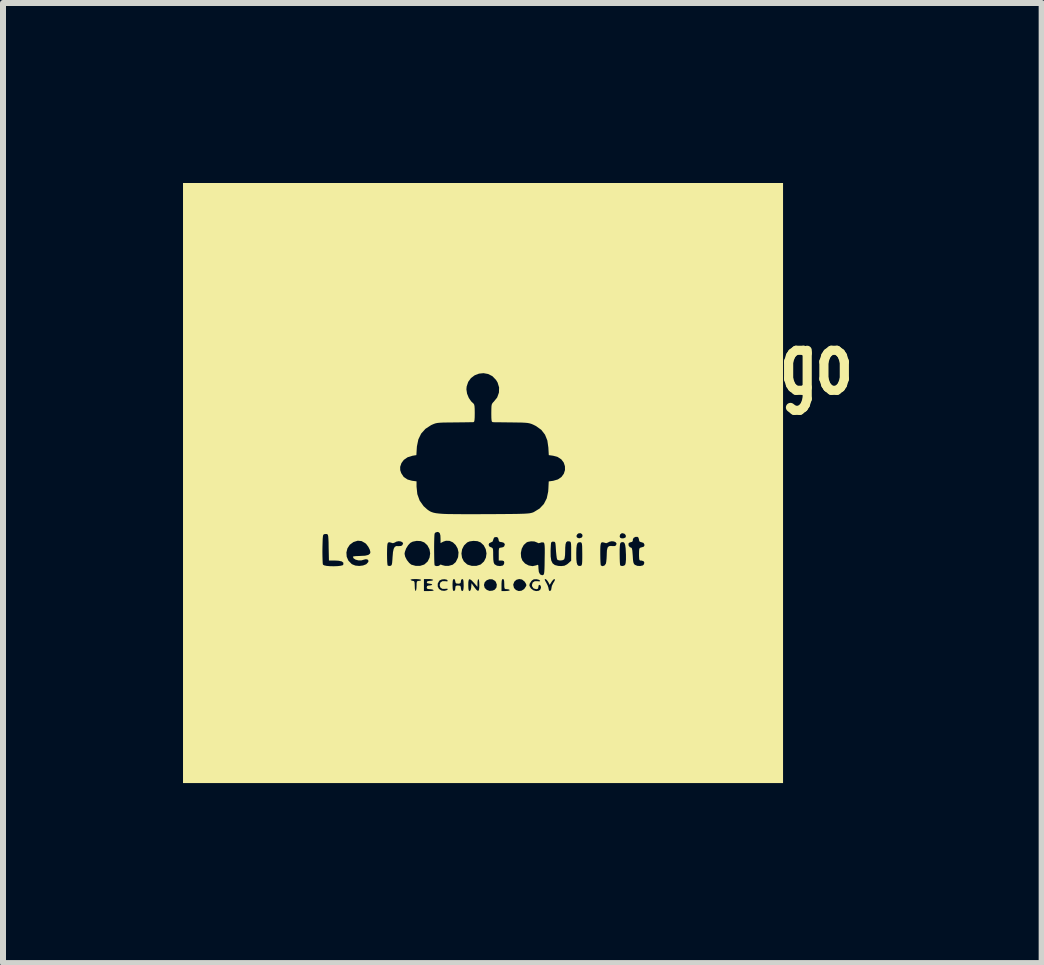
<source format=kicad_pcb>
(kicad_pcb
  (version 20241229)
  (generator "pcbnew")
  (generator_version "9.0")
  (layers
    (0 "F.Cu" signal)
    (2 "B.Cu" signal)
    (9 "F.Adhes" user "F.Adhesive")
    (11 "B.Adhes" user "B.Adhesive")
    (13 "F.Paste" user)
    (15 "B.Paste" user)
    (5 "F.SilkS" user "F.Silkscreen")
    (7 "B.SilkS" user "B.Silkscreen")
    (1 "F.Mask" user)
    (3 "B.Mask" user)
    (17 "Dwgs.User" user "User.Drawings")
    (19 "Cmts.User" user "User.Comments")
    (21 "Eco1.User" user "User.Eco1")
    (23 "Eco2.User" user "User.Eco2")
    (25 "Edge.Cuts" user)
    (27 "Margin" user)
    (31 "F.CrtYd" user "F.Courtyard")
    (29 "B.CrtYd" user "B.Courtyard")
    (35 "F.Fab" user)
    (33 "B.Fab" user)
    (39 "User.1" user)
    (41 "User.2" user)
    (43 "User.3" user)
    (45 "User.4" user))
  (footprint "Logo"
    (layer "F.Cu")
    (at 10 3)
    (property "Reference" "Logo" (at 0 0 0) (unlocked yes) (layer "F.SilkS") (effects (font (size 1 0.65) (thickness 0.153))))
    (fp_poly (pts (xy 0 2) (xy 0 7) (xy -5 7) (xy -10 7) (xy -10 3.615) (xy -6.208 3.615) (xy -6.186 3.628) (xy -6.168 3.631) (xy -6.151 3.635) (xy -6.142 3.651) (xy -6.139 3.688) (xy -6.138 3.715) (xy -6.136 3.762) (xy -6.129 3.792) (xy -6.123 3.8) (xy -6.115 3.786) (xy -6.109 3.75) (xy -6.108 3.715) (xy -6.107 3.7) (xy -5.985 3.7) (xy -5.985 3.8) (xy -5.899 3.8) (xy -5.849 3.798) (xy -5.824 3.791) (xy -5.823 3.785) (xy -5.844 3.774) (xy -5.881 3.769) (xy -5.886 3.769) (xy -5.922 3.766) (xy -5.937 3.752) (xy -5.938 3.738) (xy -5.934 3.724) (xy -5.755 3.724) (xy -5.734 3.765) (xy -5.694 3.791) (xy -5.648 3.797) (xy -5.611 3.789) (xy -5.589 3.775) (xy -5.588 3.773) (xy -5.593 3.761) (xy -5.622 3.762) (xy -5.629 3.764) (xy -5.68 3.763) (xy -5.712 3.74) (xy -5.723 3.7) (xy -5.508 3.7) (xy -5.506 3.756) (xy -5.501 3.787) (xy -5.49 3.799) (xy -5.485 3.8) (xy -5.466 3.786) (xy -5.462 3.754) (xy -5.458 3.721) (xy -5.44 3.709) (xy -5.415 3.708) (xy -5.383 3.712) (xy -5.371 3.729) (xy -5.369 3.754) (xy -5.362 3.79) (xy -5.346 3.8) (xy -5.333 3.793) (xy -5.326 3.769) (xy -5.323 3.723) (xy -5.323 3.7) (xy -5.246 3.7) (xy -5.244 3.757) (xy -5.239 3.788) (xy -5.228 3.8) (xy -5.224 3.8) (xy -5.207 3.786) (xy -5.198 3.745) (xy -5.197 3.735) (xy -5.192 3.669) (xy -5.146 3.734) (xy -5.11 3.78) (xy -5.085 3.798) (xy -5.07 3.787) (xy -5.063 3.747) (xy -5.062 3.7) (xy -4.985 3.7) (xy -4.972 3.748) (xy -4.937 3.781) (xy -4.891 3.798) (xy -4.839 3.793) (xy -4.803 3.776) (xy -4.776 3.74) (xy -4.771 3.7) (xy -4.692 3.7) (xy -4.692 3.8) (xy -4.623 3.8) (xy -4.582 3.797) (xy -4.557 3.789) (xy -4.554 3.785) (xy -4.567 3.774) (xy -4.599 3.769) (xy -4.6 3.769) (xy -4.626 3.768) (xy -4.64 3.758) (xy -4.645 3.734) (xy -4.646 3.7) (xy -4.496 3.7) (xy -4.484 3.749) (xy -4.451 3.783) (xy -4.407 3.8) (xy -4.359 3.795) (xy -4.316 3.768) (xy -4.309 3.759) (xy -4.287 3.726) (xy -4.281 3.713) (xy -4.227 3.713) (xy -4.206 3.75) (xy -4.199 3.759) (xy -4.161 3.788) (xy -4.115 3.801) (xy -4.071 3.795) (xy -4.047 3.778) (xy -4.034 3.745) (xy -4.039 3.713) (xy -4.058 3.696) (xy -4.073 3.704) (xy -4.077 3.729) (xy -4.083 3.76) (xy -4.106 3.769) (xy -4.112 3.769) (xy -4.157 3.757) (xy -4.181 3.723) (xy -4.185 3.699) (xy -4.172 3.658) (xy -4.138 3.636) (xy -4.091 3.636) (xy -4.058 3.64) (xy -4.049 3.63) (xy -4.05 3.627) (xy -4.068 3.613) (xy -4.095 3.606) (xy -3.973 3.606) (xy -3.966 3.627) (xy -3.946 3.661) (xy -3.923 3.707) (xy -3.909 3.749) (xy -3.908 3.761) (xy -3.9 3.792) (xy -3.885 3.8) (xy -3.866 3.786) (xy -3.861 3.758) (xy -3.853 3.715) (xy -3.832 3.671) (xy -3.831 3.669) (xy -3.806 3.628) (xy -3.802 3.606) (xy -3.814 3.6) (xy -3.83 3.612) (xy -3.854 3.641) (xy -3.858 3.648) (xy -3.889 3.697) (xy -3.914 3.648) (xy -3.937 3.616) (xy -3.959 3.6) (xy -3.962 3.6) (xy -3.973 3.606) (xy -4.095 3.606) (xy -4.104 3.604) (xy -4.111 3.603) (xy -4.155 3.605) (xy -4.186 3.625) (xy -4.198 3.64) (xy -4.224 3.68) (xy -4.227 3.713) (xy -4.281 3.713) (xy -4.277 3.701) (xy -4.277 3.7) (xy -4.286 3.676) (xy -4.307 3.642) (xy -4.309 3.641) (xy -4.35 3.608) (xy -4.397 3.6) (xy -4.443 3.612) (xy -4.478 3.643) (xy -4.496 3.689) (xy -4.496 3.7) (xy -4.646 3.7) (xy -4.646 3.686) (xy -4.646 3.685) (xy -4.648 3.634) (xy -4.655 3.607) (xy -4.669 3.6) (xy -4.682 3.607) (xy -4.689 3.631) (xy -4.692 3.677) (xy -4.692 3.7) (xy -4.771 3.7) (xy -4.77 3.693) (xy -4.787 3.647) (xy -4.8 3.631) (xy -4.844 3.605) (xy -4.892 3.603) (xy -4.938 3.62) (xy -4.972 3.653) (xy -4.985 3.7) (xy -5.062 3.7) (xy -5.064 3.648) (xy -5.069 3.612) (xy -5.077 3.6) (xy -5.086 3.614) (xy -5.092 3.648) (xy -5.093 3.665) (xy -5.093 3.731) (xy -5.15 3.665) (xy -5.193 3.62) (xy -5.221 3.602) (xy -5.237 3.612) (xy -5.245 3.65) (xy -5.246 3.7) (xy -5.323 3.7) (xy -5.325 3.644) (xy -5.33 3.613) (xy -5.341 3.601) (xy -5.346 3.6) (xy -5.365 3.613) (xy -5.369 3.638) (xy -5.374 3.666) (xy -5.395 3.676) (xy -5.415 3.677) (xy -5.448 3.673) (xy -5.46 3.655) (xy -5.462 3.638) (xy -5.47 3.608) (xy -5.485 3.6) (xy -5.498 3.607) (xy -5.505 3.631) (xy -5.508 3.677) (xy -5.508 3.7) (xy -5.723 3.7) (xy -5.711 3.658) (xy -5.677 3.636) (xy -5.629 3.636) (xy -5.596 3.64) (xy -5.588 3.63) (xy -5.588 3.627) (xy -5.608 3.609) (xy -5.645 3.603) (xy -5.687 3.607) (xy -5.722 3.623) (xy -5.73 3.63) (xy -5.755 3.676) (xy -5.755 3.724) (xy -5.934 3.724) (xy -5.931 3.716) (xy -5.904 3.708) (xy -5.892 3.708) (xy -5.86 3.703) (xy -5.846 3.692) (xy -5.846 3.692) (xy -5.86 3.682) (xy -5.892 3.677) (xy -5.892 3.677) (xy -5.929 3.67) (xy -5.938 3.654) (xy -5.927 3.637) (xy -5.89 3.631) (xy -5.885 3.631) (xy -5.849 3.627) (xy -5.831 3.617) (xy -5.831 3.615) (xy -5.845 3.607) (xy -5.88 3.601) (xy -5.908 3.6) (xy -5.985 3.6) (xy -5.985 3.7) (xy -6.107 3.7) (xy -6.107 3.667) (xy -6.101 3.642) (xy -6.088 3.632) (xy -6.069 3.631) (xy -6.04 3.626) (xy -6.031 3.615) (xy -6.045 3.607) (xy -6.082 3.602) (xy -6.124 3.6) (xy -6.177 3.602) (xy -6.205 3.609) (xy -6.208 3.615) (xy -10 3.615) (xy -10 3.147) (xy -7.677 3.147) (xy -7.676 3.222) (xy -7.674 3.287) (xy -7.672 3.335) (xy -7.668 3.36) (xy -7.648 3.372) (xy -7.607 3.381) (xy -7.55 3.386) (xy -7.487 3.387) (xy -7.426 3.385) (xy -7.373 3.379) (xy -7.338 3.37) (xy -7.329 3.361) (xy -7.327 3.329) (xy -7.353 3.307) (xy -7.406 3.295) (xy -7.463 3.292) (xy -7.568 3.292) (xy -7.571 3.157) (xy -7.277 3.157) (xy -7.272 3.228) (xy -7.244 3.293) (xy -7.192 3.347) (xy -7.18 3.355) (xy -7.127 3.376) (xy -7.062 3.382) (xy -6.999 3.374) (xy -6.948 3.354) (xy -6.939 3.346) (xy -6.915 3.319) (xy -6.908 3.299) (xy -6.92 3.277) (xy -6.95 3.269) (xy -6.985 3.277) (xy -7.029 3.29) (xy -7.079 3.289) (xy -7.126 3.276) (xy -7.158 3.254) (xy -7.169 3.228) (xy -7.155 3.222) (xy -7.117 3.218) (xy -7.064 3.216) (xy -7.047 3.215) (xy -6.965 3.211) (xy -6.911 3.198) (xy -6.891 3.182) (xy -6.6 3.182) (xy -6.599 3.254) (xy -6.597 3.314) (xy -6.593 3.357) (xy -6.589 3.375) (xy -6.567 3.382) (xy -6.547 3.381) (xy -6.532 3.376) (xy -6.522 3.363) (xy -6.515 3.334) (xy -6.511 3.285) (xy -6.508 3.237) (xy -6.503 3.18) (xy -6.308 3.18) (xy -6.297 3.229) (xy -6.269 3.283) (xy -6.231 3.331) (xy -6.196 3.36) (xy -6.125 3.38) (xy -6.05 3.381) (xy -5.984 3.36) (xy -5.976 3.356) (xy -5.922 3.307) (xy -5.891 3.243) (xy -5.881 3.173) (xy -5.888 3.129) (xy -5.815 3.129) (xy -5.814 3.207) (xy -5.813 3.276) (xy -5.811 3.331) (xy -5.808 3.366) (xy -5.805 3.374) (xy -5.781 3.384) (xy -5.748 3.383) (xy -5.723 3.372) (xy -5.72 3.367) (xy -5.707 3.358) (xy -5.678 3.369) (xy -5.678 3.369) (xy -5.634 3.38) (xy -5.576 3.381) (xy -5.571 3.38) (xy -5.504 3.361) (xy -5.455 3.318) (xy -5.421 3.249) (xy -5.415 3.231) (xy -5.41 3.175) (xy -5.36 3.175) (xy -5.35 3.245) (xy -5.32 3.306) (xy -5.268 3.353) (xy -5.255 3.361) (xy -5.186 3.381) (xy -5.112 3.381) (xy -5.046 3.36) (xy -5.037 3.356) (xy -4.984 3.307) (xy -4.952 3.243) (xy -4.942 3.173) (xy -4.955 3.102) (xy -4.989 3.037) (xy -4.997 3.03) (xy -4.907 3.03) (xy -4.895 3.057) (xy -4.87 3.07) (xy -4.851 3.077) (xy -4.839 3.089) (xy -4.833 3.112) (xy -4.831 3.155) (xy -4.831 3.204) (xy -4.829 3.274) (xy -4.823 3.321) (xy -4.811 3.35) (xy -4.805 3.356) (xy -4.767 3.378) (xy -4.716 3.384) (xy -4.67 3.375) (xy -4.652 3.354) (xy -4.646 3.329) (xy -4.651 3.303) (xy -4.674 3.293) (xy -4.692 3.292) (xy -4.738 3.292) (xy -4.738 3.185) (xy -4.738 3.166) (xy -4.37 3.166) (xy -4.365 3.237) (xy -4.344 3.292) (xy -4.299 3.342) (xy -4.239 3.374) (xy -4.174 3.385) (xy -4.113 3.372) (xy -4.107 3.369) (xy -4.088 3.362) (xy -4.079 3.371) (xy -4.077 3.404) (xy -4.077 3.416) (xy -4.07 3.482) (xy -4.05 3.522) (xy -4.018 3.536) (xy -4.01 3.536) (xy -3.998 3.533) (xy -3.989 3.525) (xy -3.983 3.509) (xy -3.979 3.48) (xy -3.976 3.433) (xy -3.974 3.364) (xy -3.973 3.269) (xy -3.973 3.265) (xy -3.971 3.168) (xy -3.971 3.129) (xy -3.874 3.129) (xy -3.873 3.224) (xy -3.863 3.292) (xy -3.84 3.339) (xy -3.803 3.367) (xy -3.748 3.381) (xy -3.696 3.384) (xy -3.643 3.378) (xy -3.599 3.355) (xy -3.581 3.34) (xy -3.531 3.295) (xy -3.531 3.183) (xy -3.446 3.183) (xy -3.445 3.268) (xy -3.439 3.326) (xy -3.428 3.362) (xy -3.411 3.379) (xy -3.385 3.382) (xy -3.377 3.381) (xy -3.364 3.378) (xy -3.356 3.367) (xy -3.35 3.346) (xy -3.347 3.307) (xy -3.346 3.247) (xy -3.346 3.185) (xy -3.346 3.182) (xy -3.046 3.182) (xy -3.045 3.254) (xy -3.043 3.314) (xy -3.04 3.357) (xy -3.036 3.374) (xy -3.007 3.386) (xy -2.975 3.374) (xy -2.953 3.345) (xy -2.946 3.31) (xy -2.941 3.256) (xy -2.938 3.194) (xy -2.938 3.193) (xy -2.938 3.182) (xy -2.723 3.182) (xy -2.722 3.254) (xy -2.72 3.314) (xy -2.717 3.357) (xy -2.713 3.374) (xy -2.684 3.384) (xy -2.65 3.377) (xy -2.632 3.363) (xy -2.623 3.335) (xy -2.618 3.277) (xy -2.618 3.19) (xy -2.619 3.176) (xy -2.623 3.091) (xy -2.631 3.032) (xy -2.639 3.01) (xy -2.576 3.01) (xy -2.574 3.042) (xy -2.554 3.069) (xy -2.53 3.077) (xy -2.52 3.088) (xy -2.512 3.123) (xy -2.507 3.185) (xy -2.505 3.209) (xy -2.501 3.276) (xy -2.495 3.32) (xy -2.485 3.346) (xy -2.47 3.363) (xy -2.47 3.363) (xy -2.429 3.38) (xy -2.381 3.383) (xy -2.339 3.374) (xy -2.323 3.362) (xy -2.311 3.329) (xy -2.324 3.303) (xy -2.359 3.292) (xy -2.361 3.292) (xy -2.382 3.291) (xy -2.393 3.282) (xy -2.398 3.258) (xy -2.4 3.213) (xy -2.4 3.187) (xy -2.399 3.131) (xy -2.396 3.098) (xy -2.386 3.082) (xy -2.368 3.074) (xy -2.353 3.071) (xy -2.32 3.06) (xy -2.31 3.04) (xy -2.31 3.027) (xy -2.325 2.998) (xy -2.358 2.987) (xy -2.389 2.978) (xy -2.4 2.953) (xy -2.4 2.945) (xy -2.409 2.912) (xy -2.425 2.897) (xy -2.458 2.897) (xy -2.489 2.913) (xy -2.502 2.936) (xy -2.505 2.966) (xy -2.506 2.969) (xy -2.52 2.982) (xy -2.537 2.985) (xy -2.566 2.996) (xy -2.576 3.01) (xy -2.639 3.01) (xy -2.644 2.998) (xy -2.664 2.984) (xy -2.692 2.987) (xy -2.698 2.989) (xy -2.709 2.998) (xy -2.716 3.016) (xy -2.72 3.051) (xy -2.723 3.106) (xy -2.723 3.182) (xy -2.938 3.182) (xy -2.935 3.121) (xy -2.924 3.076) (xy -2.902 3.053) (xy -2.868 3.048) (xy -2.847 3.051) (xy -2.803 3.05) (xy -2.784 3.038) (xy -2.774 3.011) (xy -2.788 2.988) (xy -2.817 2.974) (xy -2.856 2.97) (xy -2.896 2.979) (xy -2.916 2.991) (xy -2.948 3.003) (xy -2.97 2.996) (xy -3.004 2.987) (xy -3.021 2.989) (xy -3.032 2.998) (xy -3.039 3.017) (xy -3.044 3.051) (xy -3.046 3.106) (xy -3.046 3.182) (xy -3.346 3.182) (xy -3.347 3.104) (xy -3.348 3.05) (xy -3.352 3.016) (xy -3.358 2.997) (xy -3.368 2.989) (xy -3.374 2.987) (xy -3.403 2.987) (xy -3.424 3) (xy -3.437 3.031) (xy -3.444 3.085) (xy -3.446 3.164) (xy -3.446 3.183) (xy -3.531 3.183) (xy -3.531 3.136) (xy -3.531 3.065) (xy -3.533 3.018) (xy -3.537 2.992) (xy -3.546 2.978) (xy -3.559 2.973) (xy -3.567 2.972) (xy -3.595 2.972) (xy -3.614 2.987) (xy -3.625 3.02) (xy -3.63 3.075) (xy -3.631 3.132) (xy -3.633 3.201) (xy -3.64 3.25) (xy -3.649 3.274) (xy -3.68 3.288) (xy -3.719 3.291) (xy -3.754 3.283) (xy -3.764 3.273) (xy -3.771 3.25) (xy -3.777 3.204) (xy -3.783 3.144) (xy -3.785 3.115) (xy -3.789 3.05) (xy -3.793 3.009) (xy -3.8 2.987) (xy -3.811 2.979) (xy -3.829 2.977) (xy -3.831 2.977) (xy -3.848 2.978) (xy -3.86 2.985) (xy -3.867 3.004) (xy -3.87 3.039) (xy -3.873 3.098) (xy -3.874 3.129) (xy -3.971 3.129) (xy -3.971 3.097) (xy -3.973 3.048) (xy -3.977 3.017) (xy -3.982 3) (xy -3.991 2.991) (xy -3.994 2.99) (xy -4.028 2.989) (xy -4.045 2.996) (xy -4.076 3.003) (xy -4.1 2.991) (xy -4.143 2.974) (xy -4.199 2.971) (xy -4.254 2.981) (xy -4.274 2.99) (xy -4.322 3.033) (xy -4.355 3.095) (xy -4.37 3.166) (xy -4.738 3.166) (xy -4.738 3.128) (xy -4.734 3.096) (xy -4.726 3.081) (xy -4.71 3.077) (xy -4.702 3.077) (xy -4.666 3.069) (xy -4.648 3.056) (xy -4.636 3.024) (xy -4.65 2.998) (xy -4.685 2.985) (xy -4.693 2.985) (xy -4.726 2.979) (xy -4.739 2.957) (xy -4.741 2.942) (xy -4.751 2.911) (xy -4.776 2.9) (xy -4.785 2.9) (xy -4.814 2.907) (xy -4.827 2.934) (xy -4.828 2.941) (xy -4.841 2.976) (xy -4.866 2.988) (xy -4.897 3.003) (xy -4.907 3.03) (xy -4.997 3.03) (xy -5.04 2.99) (xy -5.093 2.969) (xy -5.159 2.964) (xy -5.224 2.973) (xy -5.264 2.99) (xy -5.317 3.041) (xy -5.349 3.105) (xy -5.36 3.175) (xy -5.41 3.175) (xy -5.408 3.158) (xy -5.423 3.091) (xy -5.456 3.033) (xy -5.502 2.989) (xy -5.557 2.964) (xy -5.617 2.962) (xy -5.66 2.976) (xy -5.708 3.001) (xy -5.708 2.932) (xy -5.71 2.882) (xy -3.444 2.882) (xy -3.434 2.908) (xy -3.403 2.921) (xy -3.389 2.92) (xy -3.353 2.907) (xy -3.345 2.89) (xy -2.723 2.89) (xy -2.713 2.913) (xy -2.686 2.923) (xy -2.651 2.92) (xy -2.624 2.905) (xy -2.62 2.899) (xy -2.622 2.868) (xy -2.645 2.844) (xy -2.678 2.836) (xy -2.691 2.838) (xy -2.716 2.859) (xy -2.723 2.89) (xy -3.345 2.89) (xy -3.341 2.882) (xy -3.349 2.852) (xy -3.375 2.836) (xy -3.407 2.838) (xy -3.427 2.851) (xy -3.444 2.882) (xy -5.71 2.882) (xy -5.711 2.871) (xy -5.722 2.834) (xy -5.743 2.818) (xy -5.762 2.815) (xy -5.793 2.825) (xy -5.806 2.84) (xy -5.81 2.864) (xy -5.812 2.911) (xy -5.814 2.975) (xy -5.815 3.05) (xy -5.815 3.129) (xy -5.888 3.129) (xy -5.893 3.102) (xy -5.928 3.037) (xy -5.979 2.99) (xy -6.036 2.968) (xy -6.105 2.964) (xy -6.172 2.977) (xy -6.211 2.997) (xy -6.248 3.036) (xy -6.282 3.091) (xy -6.303 3.149) (xy -6.308 3.18) (xy -6.503 3.18) (xy -6.501 3.153) (xy -6.489 3.097) (xy -6.471 3.064) (xy -6.445 3.05) (xy -6.413 3.052) (xy -6.366 3.049) (xy -6.346 3.036) (xy -6.332 3.01) (xy -6.342 2.988) (xy -6.369 2.974) (xy -6.406 2.969) (xy -6.445 2.977) (xy -6.469 2.991) (xy -6.502 3.003) (xy -6.524 2.996) (xy -6.558 2.987) (xy -6.575 2.989) (xy -6.586 2.998) (xy -6.593 3.017) (xy -6.597 3.051) (xy -6.599 3.106) (xy -6.6 3.182) (xy -6.891 3.182) (xy -6.883 3.175) (xy -6.877 3.152) (xy -6.887 3.112) (xy -6.911 3.064) (xy -6.943 3.021) (xy -6.96 3.004) (xy -7.023 2.968) (xy -7.087 2.961) (xy -7.158 2.983) (xy -7.16 2.984) (xy -7.221 3.029) (xy -7.26 3.089) (xy -7.277 3.157) (xy -7.571 3.157) (xy -7.573 3.073) (xy -7.574 2.987) (xy -7.577 2.927) (xy -7.58 2.888) (xy -7.585 2.865) (xy -7.594 2.854) (xy -7.606 2.85) (xy -7.614 2.849) (xy -7.647 2.852) (xy -7.663 2.864) (xy -7.668 2.886) (xy -7.672 2.932) (xy -7.674 2.996) (xy -7.676 3.069) (xy -7.677 3.147) (xy -10 3.147) (xy -10 2) (xy -10 1.73) (xy -6.381 1.73) (xy -6.38 1.786) (xy -6.363 1.836) (xy -6.321 1.9) (xy -6.257 1.942) (xy -6.184 1.962) (xy -6.108 1.972) (xy -6.108 2.061) (xy -6.095 2.185) (xy -6.056 2.293) (xy -5.991 2.385) (xy -5.929 2.441) (xy -5.905 2.458) (xy -5.881 2.473) (xy -5.854 2.485) (xy -5.822 2.495) (xy -5.782 2.503) (xy -5.73 2.509) (xy -5.665 2.514) (xy -5.584 2.517) (xy -5.484 2.518) (xy -5.362 2.519) (xy -5.216 2.519) (xy -5.042 2.519) (xy -4.977 2.518) (xy -4.805 2.518) (xy -4.661 2.517) (xy -4.542 2.516) (xy -4.446 2.515) (xy -4.369 2.513) (xy -4.309 2.511) (xy -4.264 2.508) (xy -4.229 2.505) (xy -4.203 2.5) (xy -4.183 2.495) (xy -4.165 2.489) (xy -4.152 2.483) (xy -4.057 2.425) (xy -3.986 2.349) (xy -3.938 2.255) (xy -3.914 2.142) (xy -3.911 2.098) (xy -3.905 1.973) (xy -3.831 1.963) (xy -3.752 1.94) (xy -3.693 1.899) (xy -3.654 1.846) (xy -3.634 1.784) (xy -3.635 1.72) (xy -3.655 1.659) (xy -3.695 1.606) (xy -3.756 1.566) (xy -3.831 1.545) (xy -3.904 1.535) (xy -3.911 1.41) (xy -3.928 1.291) (xy -3.967 1.194) (xy -4.029 1.114) (xy -4.116 1.051) (xy -4.162 1.028) (xy -4.192 1.015) (xy -4.222 1.006) (xy -4.257 0.999) (xy -4.303 0.995) (xy -4.366 0.992) (xy -4.451 0.991) (xy -4.515 0.99) (xy -4.607 0.989) (xy -4.69 0.988) (xy -4.758 0.987) (xy -4.806 0.987) (xy -4.827 0.986) (xy -4.843 0.984) (xy -4.853 0.975) (xy -4.858 0.954) (xy -4.861 0.915) (xy -4.862 0.853) (xy -4.862 0.833) (xy -4.861 0.763) (xy -4.859 0.717) (xy -4.853 0.687) (xy -4.841 0.666) (xy -4.824 0.647) (xy -4.821 0.645) (xy -4.764 0.574) (xy -4.735 0.493) (xy -4.732 0.407) (xy -4.758 0.323) (xy -4.784 0.281) (xy -4.844 0.219) (xy -4.915 0.183) (xy -4.992 0.169) (xy -5.068 0.177) (xy -5.14 0.205) (xy -5.201 0.251) (xy -5.247 0.314) (xy -5.273 0.392) (xy -5.277 0.439) (xy -5.266 0.511) (xy -5.237 0.582) (xy -5.197 0.64) (xy -5.179 0.657) (xy -5.16 0.674) (xy -5.148 0.692) (xy -5.142 0.719) (xy -5.139 0.763) (xy -5.138 0.829) (xy -5.138 0.837) (xy -5.139 0.906) (xy -5.142 0.95) (xy -5.147 0.974) (xy -5.156 0.984) (xy -5.165 0.986) (xy -5.189 0.986) (xy -5.238 0.987) (xy -5.306 0.988) (xy -5.39 0.989) (xy -5.483 0.99) (xy -5.485 0.99) (xy -5.587 0.991) (xy -5.663 0.992) (xy -5.72 0.995) (xy -5.762 0.999) (xy -5.794 1.006) (xy -5.822 1.016) (xy -5.852 1.029) (xy -5.865 1.035) (xy -5.96 1.097) (xy -6.031 1.176) (xy -6.078 1.273) (xy -6.102 1.39) (xy -6.104 1.418) (xy -6.111 1.535) (xy -6.174 1.545) (xy -6.256 1.57) (xy -6.32 1.614) (xy -6.36 1.668) (xy -6.381 1.73) (xy -10 1.73) (xy -10 -3) (xy -5 -3) (xy 0 -3)) (stroke (width 0) (type solid)) (fill yes) (layer "F.SilkS")))
  (gr_rect
    (start -3 -3)
    (end 14.31 13)
    (stroke (width 0.1) (type default))
    (fill no)
    (layer "Edge.Cuts")))
</source>
